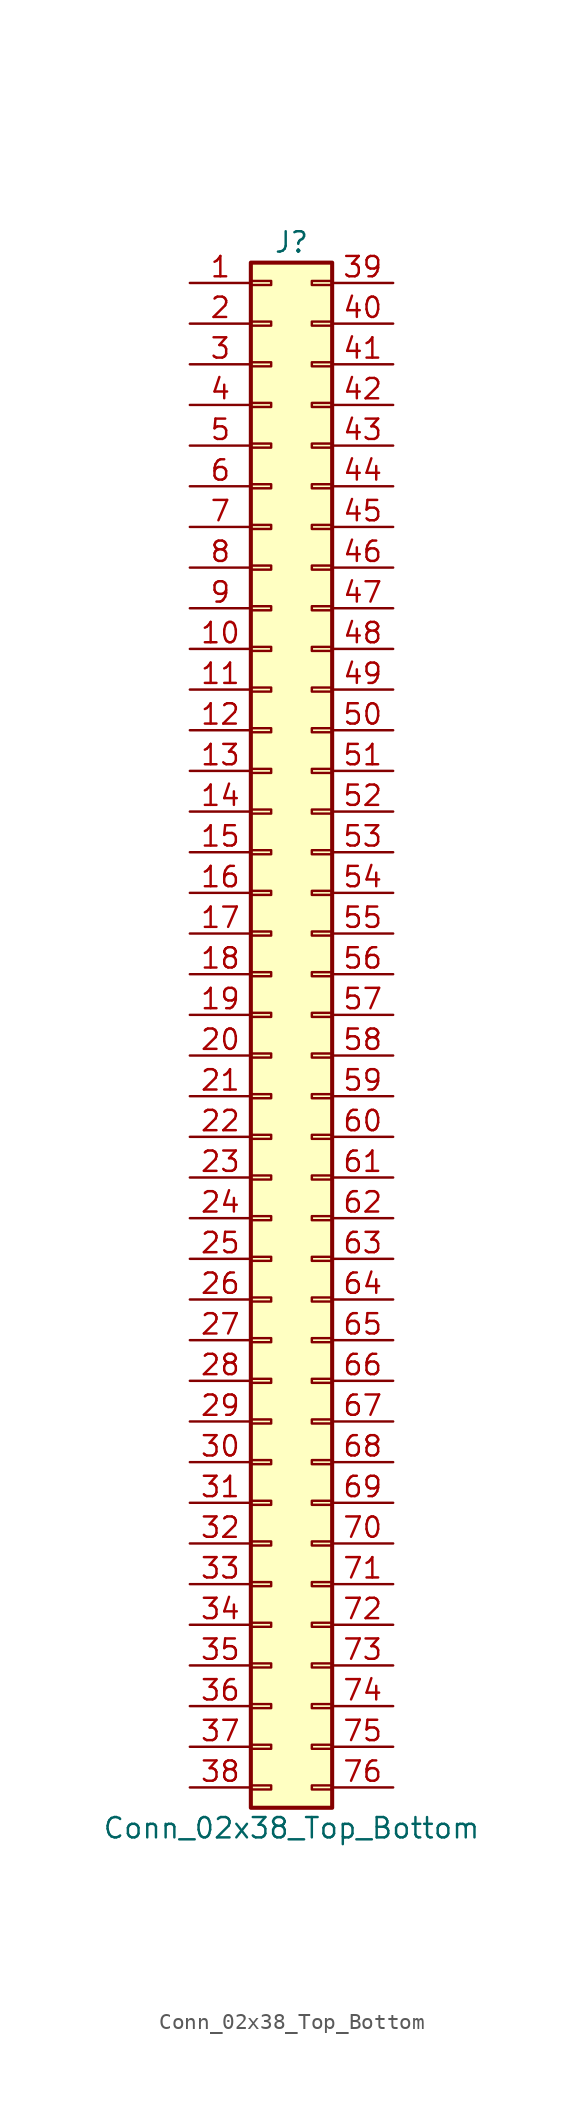
<source format=kicad_sym>
(kicad_symbol_lib
  (version 20201005)
  (generator kicad_symbol_editor)
  (symbol "Conn_02x38_Top_Bottom"
    (pin_names
      (offset 1.016) hide)
    (property "Reference" "J"
      (at 1.27 48.26 0)
      (effects (font (size 1.27 1.27))))
    (property "Value" "Conn_02x38_Top_Bottom"
      (at 1.27 -50.8 0)
      (effects (font (size 1.27 1.27))))
    (symbol "Conn_02x38_Top_Bottom_1_1"
      (rectangle (start -1.27 -48.133) (end 0 -48.387) (stroke (width 0.152)) (fill (type none)))
      (rectangle (start -1.27 -45.593) (end 0 -45.847) (stroke (width 0.152)) (fill (type none)))
      (rectangle (start -1.27 -43.053) (end 0 -43.307) (stroke (width 0.152)) (fill (type none)))
      (rectangle (start -1.27 -40.513) (end 0 -40.767) (stroke (width 0.152)) (fill (type none)))
      (rectangle (start -1.27 -37.973) (end 0 -38.227) (stroke (width 0.152)) (fill (type none)))
      (rectangle (start -1.27 -35.433) (end 0 -35.687) (stroke (width 0.152)) (fill (type none)))
      (rectangle (start -1.27 -32.893) (end 0 -33.147) (stroke (width 0.152)) (fill (type none)))
      (rectangle (start -1.27 -30.353) (end 0 -30.607) (stroke (width 0.152)) (fill (type none)))
      (rectangle (start -1.27 -27.813) (end 0 -28.067) (stroke (width 0.152)) (fill (type none)))
      (rectangle (start -1.27 -25.273) (end 0 -25.527) (stroke (width 0.152)) (fill (type none)))
      (rectangle (start -1.27 -22.733) (end 0 -22.987) (stroke (width 0.152)) (fill (type none)))
      (rectangle (start -1.27 -20.193) (end 0 -20.447) (stroke (width 0.152)) (fill (type none)))
      (rectangle (start -1.27 -17.653) (end 0 -17.907) (stroke (width 0.152)) (fill (type none)))
      (rectangle (start -1.27 -15.113) (end 0 -15.367) (stroke (width 0.152)) (fill (type none)))
      (rectangle (start -1.27 -12.573) (end 0 -12.827) (stroke (width 0.152)) (fill (type none)))
      (rectangle (start -1.27 -10.033) (end 0 -10.287) (stroke (width 0.152)) (fill (type none)))
      (rectangle (start -1.27 -7.493) (end 0 -7.747) (stroke (width 0.152)) (fill (type none)))
      (rectangle (start -1.27 -4.953) (end 0 -5.207) (stroke (width 0.152)) (fill (type none)))
      (rectangle (start -1.27 -2.413) (end 0 -2.667) (stroke (width 0.152)) (fill (type none)))
      (rectangle (start -1.27 0.127) (end 0 -0.127) (stroke (width 0.152)) (fill (type none)))
      (rectangle (start -1.27 2.667) (end 0 2.413) (stroke (width 0.152)) (fill (type none)))
      (rectangle (start -1.27 5.207) (end 0 4.953) (stroke (width 0.152)) (fill (type none)))
      (rectangle (start -1.27 7.747) (end 0 7.493) (stroke (width 0.152)) (fill (type none)))
      (rectangle (start -1.27 10.287) (end 0 10.033) (stroke (width 0.152)) (fill (type none)))
      (rectangle (start -1.27 12.827) (end 0 12.573) (stroke (width 0.152)) (fill (type none)))
      (rectangle (start -1.27 15.367) (end 0 15.113) (stroke (width 0.152)) (fill (type none)))
      (rectangle (start -1.27 17.907) (end 0 17.653) (stroke (width 0.152)) (fill (type none)))
      (rectangle (start -1.27 20.447) (end 0 20.193) (stroke (width 0.152)) (fill (type none)))
      (rectangle (start -1.27 22.987) (end 0 22.733) (stroke (width 0.152)) (fill (type none)))
      (rectangle (start -1.27 25.527) (end 0 25.273) (stroke (width 0.152)) (fill (type none)))
      (rectangle (start -1.27 28.067) (end 0 27.813) (stroke (width 0.152)) (fill (type none)))
      (rectangle (start -1.27 30.607) (end 0 30.353) (stroke (width 0.152)) (fill (type none)))
      (rectangle (start -1.27 33.147) (end 0 32.893) (stroke (width 0.152)) (fill (type none)))
      (rectangle (start -1.27 35.687) (end 0 35.433) (stroke (width 0.152)) (fill (type none)))
      (rectangle (start -1.27 38.227) (end 0 37.973) (stroke (width 0.152)) (fill (type none)))
      (rectangle (start -1.27 40.767) (end 0 40.513) (stroke (width 0.152)) (fill (type none)))
      (rectangle (start -1.27 43.307) (end 0 43.053) (stroke (width 0.152)) (fill (type none)))
      (rectangle (start -1.27 45.847) (end 0 45.593) (stroke (width 0.152)) (fill (type none)))
      (rectangle (start 3.81 -48.133) (end 2.54 -48.387) (stroke (width 0.152)) (fill (type none)))
      (rectangle (start 3.81 -45.593) (end 2.54 -45.847) (stroke (width 0.152)) (fill (type none)))
      (rectangle (start 3.81 -43.053) (end 2.54 -43.307) (stroke (width 0.152)) (fill (type none)))
      (rectangle (start 3.81 -40.513) (end 2.54 -40.767) (stroke (width 0.152)) (fill (type none)))
      (rectangle (start 3.81 -37.973) (end 2.54 -38.227) (stroke (width 0.152)) (fill (type none)))
      (rectangle (start 3.81 -35.433) (end 2.54 -35.687) (stroke (width 0.152)) (fill (type none)))
      (rectangle (start 3.81 -32.893) (end 2.54 -33.147) (stroke (width 0.152)) (fill (type none)))
      (rectangle (start 3.81 -30.353) (end 2.54 -30.607) (stroke (width 0.152)) (fill (type none)))
      (rectangle (start 3.81 -27.813) (end 2.54 -28.067) (stroke (width 0.152)) (fill (type none)))
      (rectangle (start 3.81 -25.273) (end 2.54 -25.527) (stroke (width 0.152)) (fill (type none)))
      (rectangle (start 3.81 -22.733) (end 2.54 -22.987) (stroke (width 0.152)) (fill (type none)))
      (rectangle (start 3.81 -20.193) (end 2.54 -20.447) (stroke (width 0.152)) (fill (type none)))
      (rectangle (start 3.81 -17.653) (end 2.54 -17.907) (stroke (width 0.152)) (fill (type none)))
      (rectangle (start 3.81 -15.113) (end 2.54 -15.367) (stroke (width 0.152)) (fill (type none)))
      (rectangle (start 3.81 -12.573) (end 2.54 -12.827) (stroke (width 0.152)) (fill (type none)))
      (rectangle (start 3.81 -10.033) (end 2.54 -10.287) (stroke (width 0.152)) (fill (type none)))
      (rectangle (start 3.81 -7.493) (end 2.54 -7.747) (stroke (width 0.152)) (fill (type none)))
      (rectangle (start 3.81 -4.953) (end 2.54 -5.207) (stroke (width 0.152)) (fill (type none)))
      (rectangle (start 3.81 -2.413) (end 2.54 -2.667) (stroke (width 0.152)) (fill (type none)))
      (rectangle (start 3.81 0.127) (end 2.54 -0.127) (stroke (width 0.152)) (fill (type none)))
      (rectangle (start 3.81 2.667) (end 2.54 2.413) (stroke (width 0.152)) (fill (type none)))
      (rectangle (start 3.81 5.207) (end 2.54 4.953) (stroke (width 0.152)) (fill (type none)))
      (rectangle (start 3.81 7.747) (end 2.54 7.493) (stroke (width 0.152)) (fill (type none)))
      (rectangle (start 3.81 10.287) (end 2.54 10.033) (stroke (width 0.152)) (fill (type none)))
      (rectangle (start 3.81 12.827) (end 2.54 12.573) (stroke (width 0.152)) (fill (type none)))
      (rectangle (start 3.81 15.367) (end 2.54 15.113) (stroke (width 0.152)) (fill (type none)))
      (rectangle (start 3.81 17.907) (end 2.54 17.653) (stroke (width 0.152)) (fill (type none)))
      (rectangle (start 3.81 20.447) (end 2.54 20.193) (stroke (width 0.152)) (fill (type none)))
      (rectangle (start 3.81 22.987) (end 2.54 22.733) (stroke (width 0.152)) (fill (type none)))
      (rectangle (start 3.81 25.527) (end 2.54 25.273) (stroke (width 0.152)) (fill (type none)))
      (rectangle (start 3.81 28.067) (end 2.54 27.813) (stroke (width 0.152)) (fill (type none)))
      (rectangle (start 3.81 30.607) (end 2.54 30.353) (stroke (width 0.152)) (fill (type none)))
      (rectangle (start 3.81 33.147) (end 2.54 32.893) (stroke (width 0.152)) (fill (type none)))
      (rectangle (start 3.81 35.687) (end 2.54 35.433) (stroke (width 0.152)) (fill (type none)))
      (rectangle (start 3.81 38.227) (end 2.54 37.973) (stroke (width 0.152)) (fill (type none)))
      (rectangle (start 3.81 40.767) (end 2.54 40.513) (stroke (width 0.152)) (fill (type none)))
      (rectangle (start 3.81 43.307) (end 2.54 43.053) (stroke (width 0.152)) (fill (type none)))
      (rectangle (start 3.81 45.847) (end 2.54 45.593) (stroke (width 0.152)) (fill (type none)))
      (rectangle (start -1.27 46.99) (end 3.81 -49.53) (stroke (width 0.254)) (fill (type background)))
      (pin passive line (at -5.08 45.72 0) (length 3.81) (name "Pin_1" (effects (font (size 1.27 1.27)))) (number "1" (effects (font (size 1.27 1.27)))))
      (pin passive line (at -5.08 22.86 0) (length 3.81) (name "Pin_10" (effects (font (size 1.27 1.27)))) (number "10" (effects (font (size 1.27 1.27)))))
      (pin passive line (at -5.08 20.32 0) (length 3.81) (name "Pin_11" (effects (font (size 1.27 1.27)))) (number "11" (effects (font (size 1.27 1.27)))))
      (pin passive line (at -5.08 17.78 0) (length 3.81) (name "Pin_12" (effects (font (size 1.27 1.27)))) (number "12" (effects (font (size 1.27 1.27)))))
      (pin passive line (at -5.08 15.24 0) (length 3.81) (name "Pin_13" (effects (font (size 1.27 1.27)))) (number "13" (effects (font (size 1.27 1.27)))))
      (pin passive line (at -5.08 12.7 0) (length 3.81) (name "Pin_14" (effects (font (size 1.27 1.27)))) (number "14" (effects (font (size 1.27 1.27)))))
      (pin passive line (at -5.08 10.16 0) (length 3.81) (name "Pin_15" (effects (font (size 1.27 1.27)))) (number "15" (effects (font (size 1.27 1.27)))))
      (pin passive line (at -5.08 7.62 0) (length 3.81) (name "Pin_16" (effects (font (size 1.27 1.27)))) (number "16" (effects (font (size 1.27 1.27)))))
      (pin passive line (at -5.08 5.08 0) (length 3.81) (name "Pin_17" (effects (font (size 1.27 1.27)))) (number "17" (effects (font (size 1.27 1.27)))))
      (pin passive line (at -5.08 2.54 0) (length 3.81) (name "Pin_18" (effects (font (size 1.27 1.27)))) (number "18" (effects (font (size 1.27 1.27)))))
      (pin passive line (at -5.08 0 0) (length 3.81) (name "Pin_19" (effects (font (size 1.27 1.27)))) (number "19" (effects (font (size 1.27 1.27)))))
      (pin passive line (at -5.08 43.18 0) (length 3.81) (name "Pin_2" (effects (font (size 1.27 1.27)))) (number "2" (effects (font (size 1.27 1.27)))))
      (pin passive line (at -5.08 -2.54 0) (length 3.81) (name "Pin_20" (effects (font (size 1.27 1.27)))) (number "20" (effects (font (size 1.27 1.27)))))
      (pin passive line (at -5.08 -5.08 0) (length 3.81) (name "Pin_21" (effects (font (size 1.27 1.27)))) (number "21" (effects (font (size 1.27 1.27)))))
      (pin passive line (at -5.08 -7.62 0) (length 3.81) (name "Pin_22" (effects (font (size 1.27 1.27)))) (number "22" (effects (font (size 1.27 1.27)))))
      (pin passive line (at -5.08 -10.16 0) (length 3.81) (name "Pin_23" (effects (font (size 1.27 1.27)))) (number "23" (effects (font (size 1.27 1.27)))))
      (pin passive line (at -5.08 -12.7 0) (length 3.81) (name "Pin_24" (effects (font (size 1.27 1.27)))) (number "24" (effects (font (size 1.27 1.27)))))
      (pin passive line (at -5.08 -15.24 0) (length 3.81) (name "Pin_25" (effects (font (size 1.27 1.27)))) (number "25" (effects (font (size 1.27 1.27)))))
      (pin passive line (at -5.08 -17.78 0) (length 3.81) (name "Pin_26" (effects (font (size 1.27 1.27)))) (number "26" (effects (font (size 1.27 1.27)))))
      (pin passive line (at -5.08 -20.32 0) (length 3.81) (name "Pin_27" (effects (font (size 1.27 1.27)))) (number "27" (effects (font (size 1.27 1.27)))))
      (pin passive line (at -5.08 -22.86 0) (length 3.81) (name "Pin_28" (effects (font (size 1.27 1.27)))) (number "28" (effects (font (size 1.27 1.27)))))
      (pin passive line (at -5.08 -25.4 0) (length 3.81) (name "Pin_29" (effects (font (size 1.27 1.27)))) (number "29" (effects (font (size 1.27 1.27)))))
      (pin passive line (at -5.08 40.64 0) (length 3.81) (name "Pin_3" (effects (font (size 1.27 1.27)))) (number "3" (effects (font (size 1.27 1.27)))))
      (pin passive line (at -5.08 -27.94 0) (length 3.81) (name "Pin_30" (effects (font (size 1.27 1.27)))) (number "30" (effects (font (size 1.27 1.27)))))
      (pin passive line (at -5.08 -30.48 0) (length 3.81) (name "Pin_31" (effects (font (size 1.27 1.27)))) (number "31" (effects (font (size 1.27 1.27)))))
      (pin passive line (at -5.08 -33.02 0) (length 3.81) (name "Pin_32" (effects (font (size 1.27 1.27)))) (number "32" (effects (font (size 1.27 1.27)))))
      (pin passive line (at -5.08 -35.56 0) (length 3.81) (name "Pin_33" (effects (font (size 1.27 1.27)))) (number "33" (effects (font (size 1.27 1.27)))))
      (pin passive line (at -5.08 -38.1 0) (length 3.81) (name "Pin_34" (effects (font (size 1.27 1.27)))) (number "34" (effects (font (size 1.27 1.27)))))
      (pin passive line (at -5.08 -40.64 0) (length 3.81) (name "Pin_35" (effects (font (size 1.27 1.27)))) (number "35" (effects (font (size 1.27 1.27)))))
      (pin passive line (at -5.08 -43.18 0) (length 3.81) (name "Pin_36" (effects (font (size 1.27 1.27)))) (number "36" (effects (font (size 1.27 1.27)))))
      (pin passive line (at -5.08 -45.72 0) (length 3.81) (name "Pin_37" (effects (font (size 1.27 1.27)))) (number "37" (effects (font (size 1.27 1.27)))))
      (pin passive line (at -5.08 -48.26 0) (length 3.81) (name "Pin_38" (effects (font (size 1.27 1.27)))) (number "38" (effects (font (size 1.27 1.27)))))
      (pin passive line (at 7.62 45.72 180) (length 3.81) (name "Pin_39" (effects (font (size 1.27 1.27)))) (number "39" (effects (font (size 1.27 1.27)))))
      (pin passive line (at -5.08 38.1 0) (length 3.81) (name "Pin_4" (effects (font (size 1.27 1.27)))) (number "4" (effects (font (size 1.27 1.27)))))
      (pin passive line (at 7.62 43.18 180) (length 3.81) (name "Pin_40" (effects (font (size 1.27 1.27)))) (number "40" (effects (font (size 1.27 1.27)))))
      (pin passive line (at 7.62 40.64 180) (length 3.81) (name "Pin_41" (effects (font (size 1.27 1.27)))) (number "41" (effects (font (size 1.27 1.27)))))
      (pin passive line (at 7.62 38.1 180) (length 3.81) (name "Pin_42" (effects (font (size 1.27 1.27)))) (number "42" (effects (font (size 1.27 1.27)))))
      (pin passive line (at 7.62 35.56 180) (length 3.81) (name "Pin_43" (effects (font (size 1.27 1.27)))) (number "43" (effects (font (size 1.27 1.27)))))
      (pin passive line (at 7.62 33.02 180) (length 3.81) (name "Pin_44" (effects (font (size 1.27 1.27)))) (number "44" (effects (font (size 1.27 1.27)))))
      (pin passive line (at 7.62 30.48 180) (length 3.81) (name "Pin_45" (effects (font (size 1.27 1.27)))) (number "45" (effects (font (size 1.27 1.27)))))
      (pin passive line (at 7.62 27.94 180) (length 3.81) (name "Pin_46" (effects (font (size 1.27 1.27)))) (number "46" (effects (font (size 1.27 1.27)))))
      (pin passive line (at 7.62 25.4 180) (length 3.81) (name "Pin_47" (effects (font (size 1.27 1.27)))) (number "47" (effects (font (size 1.27 1.27)))))
      (pin passive line (at 7.62 22.86 180) (length 3.81) (name "Pin_48" (effects (font (size 1.27 1.27)))) (number "48" (effects (font (size 1.27 1.27)))))
      (pin passive line (at 7.62 20.32 180) (length 3.81) (name "Pin_49" (effects (font (size 1.27 1.27)))) (number "49" (effects (font (size 1.27 1.27)))))
      (pin passive line (at -5.08 35.56 0) (length 3.81) (name "Pin_5" (effects (font (size 1.27 1.27)))) (number "5" (effects (font (size 1.27 1.27)))))
      (pin passive line (at 7.62 17.78 180) (length 3.81) (name "Pin_50" (effects (font (size 1.27 1.27)))) (number "50" (effects (font (size 1.27 1.27)))))
      (pin passive line (at 7.62 15.24 180) (length 3.81) (name "Pin_51" (effects (font (size 1.27 1.27)))) (number "51" (effects (font (size 1.27 1.27)))))
      (pin passive line (at 7.62 12.7 180) (length 3.81) (name "Pin_52" (effects (font (size 1.27 1.27)))) (number "52" (effects (font (size 1.27 1.27)))))
      (pin passive line (at 7.62 10.16 180) (length 3.81) (name "Pin_53" (effects (font (size 1.27 1.27)))) (number "53" (effects (font (size 1.27 1.27)))))
      (pin passive line (at 7.62 7.62 180) (length 3.81) (name "Pin_54" (effects (font (size 1.27 1.27)))) (number "54" (effects (font (size 1.27 1.27)))))
      (pin passive line (at 7.62 5.08 180) (length 3.81) (name "Pin_55" (effects (font (size 1.27 1.27)))) (number "55" (effects (font (size 1.27 1.27)))))
      (pin passive line (at 7.62 2.54 180) (length 3.81) (name "Pin_56" (effects (font (size 1.27 1.27)))) (number "56" (effects (font (size 1.27 1.27)))))
      (pin passive line (at 7.62 0 180) (length 3.81) (name "Pin_57" (effects (font (size 1.27 1.27)))) (number "57" (effects (font (size 1.27 1.27)))))
      (pin passive line (at 7.62 -2.54 180) (length 3.81) (name "Pin_58" (effects (font (size 1.27 1.27)))) (number "58" (effects (font (size 1.27 1.27)))))
      (pin passive line (at 7.62 -5.08 180) (length 3.81) (name "Pin_59" (effects (font (size 1.27 1.27)))) (number "59" (effects (font (size 1.27 1.27)))))
      (pin passive line (at -5.08 33.02 0) (length 3.81) (name "Pin_6" (effects (font (size 1.27 1.27)))) (number "6" (effects (font (size 1.27 1.27)))))
      (pin passive line (at 7.62 -7.62 180) (length 3.81) (name "Pin_60" (effects (font (size 1.27 1.27)))) (number "60" (effects (font (size 1.27 1.27)))))
      (pin passive line (at 7.62 -10.16 180) (length 3.81) (name "Pin_61" (effects (font (size 1.27 1.27)))) (number "61" (effects (font (size 1.27 1.27)))))
      (pin passive line (at 7.62 -12.7 180) (length 3.81) (name "Pin_62" (effects (font (size 1.27 1.27)))) (number "62" (effects (font (size 1.27 1.27)))))
      (pin passive line (at 7.62 -15.24 180) (length 3.81) (name "Pin_63" (effects (font (size 1.27 1.27)))) (number "63" (effects (font (size 1.27 1.27)))))
      (pin passive line (at 7.62 -17.78 180) (length 3.81) (name "Pin_64" (effects (font (size 1.27 1.27)))) (number "64" (effects (font (size 1.27 1.27)))))
      (pin passive line (at 7.62 -20.32 180) (length 3.81) (name "Pin_65" (effects (font (size 1.27 1.27)))) (number "65" (effects (font (size 1.27 1.27)))))
      (pin passive line (at 7.62 -22.86 180) (length 3.81) (name "Pin_66" (effects (font (size 1.27 1.27)))) (number "66" (effects (font (size 1.27 1.27)))))
      (pin passive line (at 7.62 -25.4 180) (length 3.81) (name "Pin_67" (effects (font (size 1.27 1.27)))) (number "67" (effects (font (size 1.27 1.27)))))
      (pin passive line (at 7.62 -27.94 180) (length 3.81) (name "Pin_68" (effects (font (size 1.27 1.27)))) (number "68" (effects (font (size 1.27 1.27)))))
      (pin passive line (at 7.62 -30.48 180) (length 3.81) (name "Pin_69" (effects (font (size 1.27 1.27)))) (number "69" (effects (font (size 1.27 1.27)))))
      (pin passive line (at -5.08 30.48 0) (length 3.81) (name "Pin_7" (effects (font (size 1.27 1.27)))) (number "7" (effects (font (size 1.27 1.27)))))
      (pin passive line (at 7.62 -33.02 180) (length 3.81) (name "Pin_70" (effects (font (size 1.27 1.27)))) (number "70" (effects (font (size 1.27 1.27)))))
      (pin passive line (at 7.62 -35.56 180) (length 3.81) (name "Pin_71" (effects (font (size 1.27 1.27)))) (number "71" (effects (font (size 1.27 1.27)))))
      (pin passive line (at 7.62 -38.1 180) (length 3.81) (name "Pin_72" (effects (font (size 1.27 1.27)))) (number "72" (effects (font (size 1.27 1.27)))))
      (pin passive line (at 7.62 -40.64 180) (length 3.81) (name "Pin_73" (effects (font (size 1.27 1.27)))) (number "73" (effects (font (size 1.27 1.27)))))
      (pin passive line (at 7.62 -43.18 180) (length 3.81) (name "Pin_74" (effects (font (size 1.27 1.27)))) (number "74" (effects (font (size 1.27 1.27)))))
      (pin passive line (at 7.62 -45.72 180) (length 3.81) (name "Pin_75" (effects (font (size 1.27 1.27)))) (number "75" (effects (font (size 1.27 1.27)))))
      (pin passive line (at 7.62 -48.26 180) (length 3.81) (name "Pin_76" (effects (font (size 1.27 1.27)))) (number "76" (effects (font (size 1.27 1.27)))))
      (pin passive line (at -5.08 27.94 0) (length 3.81) (name "Pin_8" (effects (font (size 1.27 1.27)))) (number "8" (effects (font (size 1.27 1.27)))))
      (pin passive line (at -5.08 25.4 0) (length 3.81) (name "Pin_9" (effects (font (size 1.27 1.27)))) (number "9" (effects (font (size 1.27 1.27))))))))
</source>
